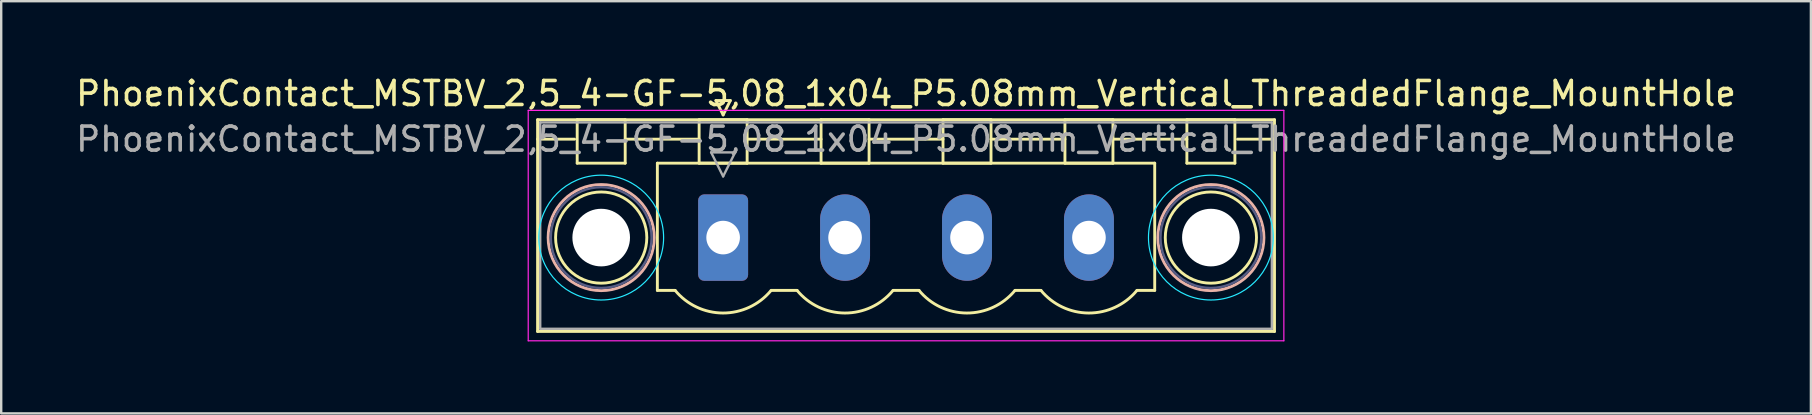
<source format=kicad_pcb>
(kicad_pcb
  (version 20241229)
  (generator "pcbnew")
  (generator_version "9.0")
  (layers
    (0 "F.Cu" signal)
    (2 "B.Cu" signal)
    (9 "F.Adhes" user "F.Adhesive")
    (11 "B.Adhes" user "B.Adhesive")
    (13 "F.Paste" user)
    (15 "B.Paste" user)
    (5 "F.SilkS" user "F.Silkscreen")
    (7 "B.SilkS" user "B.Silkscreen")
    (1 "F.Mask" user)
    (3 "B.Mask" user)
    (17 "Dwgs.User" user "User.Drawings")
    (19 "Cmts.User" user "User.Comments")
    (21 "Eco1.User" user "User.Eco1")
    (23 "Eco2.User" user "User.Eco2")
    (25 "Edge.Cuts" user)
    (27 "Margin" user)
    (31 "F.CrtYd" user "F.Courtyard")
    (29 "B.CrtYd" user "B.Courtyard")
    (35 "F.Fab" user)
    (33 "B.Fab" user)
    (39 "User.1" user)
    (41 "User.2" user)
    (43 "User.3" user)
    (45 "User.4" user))
  (footprint "PhoenixContact_MSTBV_2,5_4-GF-5,08_1x04_P5.08mm_Vertical_ThreadedFlange_MountHole"
    (layer "F.Cu")
    (at 27.076 6.848)
    (property "Reference" "PhoenixContact_MSTBV_2,5_4-GF-5,08_1x04_P5.08mm_Vertical_ThreadedFlange_MountHole" (at 7.62 -6 0) (layer "F.SilkS") (effects (font (size 1 1) (thickness 0.15))))
    (attr through_hole)
    (fp_line (start -7.73 -4.91) (end -7.73 3.91) (stroke (width 0.12) (type solid)) (layer "F.SilkS"))
    (fp_line (start -7.73 -4.1) (end -6.19 -4.1) (stroke (width 0.12) (type solid)) (layer "F.SilkS"))
    (fp_line (start -7.73 3.91) (end 22.97 3.91) (stroke (width 0.12) (type solid)) (layer "F.SilkS"))
    (fp_line (start -6.08 -4.91) (end -4.08 -4.91) (stroke (width 0.12) (type solid)) (layer "F.SilkS"))
    (fp_line (start -6.08 -3.1) (end -6.08 -4.91) (stroke (width 0.12) (type solid)) (layer "F.SilkS"))
    (fp_line (start -4.08 -4.91) (end -4.08 -3.1) (stroke (width 0.12) (type solid)) (layer "F.SilkS"))
    (fp_line (start -4.08 -4.1) (end -1 -4.1) (stroke (width 0.12) (type solid)) (layer "F.SilkS"))
    (fp_line (start -4.08 -3.1) (end -6.08 -3.1) (stroke (width 0.12) (type solid)) (layer "F.SilkS"))
    (fp_line (start -2.74 -3.1) (end 17.98 -3.1) (stroke (width 0.12) (type solid)) (layer "F.SilkS"))
    (fp_line (start -2.74 2.2) (end -2.74 -3.1) (stroke (width 0.12) (type solid)) (layer "F.SilkS"))
    (fp_line (start -2 2.2) (end -2.74 2.2) (stroke (width 0.12) (type solid)) (layer "F.SilkS"))
    (fp_line (start -1 -4.91) (end 1 -4.91) (stroke (width 0.12) (type solid)) (layer "F.SilkS"))
    (fp_line (start -1 -3.1) (end -1 -4.91) (stroke (width 0.12) (type solid)) (layer "F.SilkS"))
    (fp_line (start -0.3 -5.71) (end 0.3 -5.71) (stroke (width 0.12) (type solid)) (layer "F.SilkS"))
    (fp_line (start 0 -5.11) (end -0.3 -5.71) (stroke (width 0.12) (type solid)) (layer "F.SilkS"))
    (fp_line (start 0.3 -5.71) (end 0 -5.11) (stroke (width 0.12) (type solid)) (layer "F.SilkS"))
    (fp_line (start 1 -4.91) (end 1 -3.1) (stroke (width 0.12) (type solid)) (layer "F.SilkS"))
    (fp_line (start 1 -4.1) (end 4.08 -4.1) (stroke (width 0.12) (type solid)) (layer "F.SilkS"))
    (fp_line (start 1 -3.1) (end -1 -3.1) (stroke (width 0.12) (type solid)) (layer "F.SilkS"))
    (fp_line (start 2 2.2) (end 3.08 2.2) (stroke (width 0.12) (type solid)) (layer "F.SilkS"))
    (fp_line (start 4.08 -4.91) (end 6.08 -4.91) (stroke (width 0.12) (type solid)) (layer "F.SilkS"))
    (fp_line (start 4.08 -3.1) (end 4.08 -4.91) (stroke (width 0.12) (type solid)) (layer "F.SilkS"))
    (fp_line (start 6.08 -4.91) (end 6.08 -3.1) (stroke (width 0.12) (type solid)) (layer "F.SilkS"))
    (fp_line (start 6.08 -4.1) (end 9.16 -4.1) (stroke (width 0.12) (type solid)) (layer "F.SilkS"))
    (fp_line (start 6.08 -3.1) (end 4.08 -3.1) (stroke (width 0.12) (type solid)) (layer "F.SilkS"))
    (fp_line (start 7.08 2.2) (end 8.16 2.2) (stroke (width 0.12) (type solid)) (layer "F.SilkS"))
    (fp_line (start 9.16 -4.91) (end 11.16 -4.91) (stroke (width 0.12) (type solid)) (layer "F.SilkS"))
    (fp_line (start 9.16 -3.1) (end 9.16 -4.91) (stroke (width 0.12) (type solid)) (layer "F.SilkS"))
    (fp_line (start 11.16 -4.91) (end 11.16 -3.1) (stroke (width 0.12) (type solid)) (layer "F.SilkS"))
    (fp_line (start 11.16 -4.1) (end 14.24 -4.1) (stroke (width 0.12) (type solid)) (layer "F.SilkS"))
    (fp_line (start 11.16 -3.1) (end 9.16 -3.1) (stroke (width 0.12) (type solid)) (layer "F.SilkS"))
    (fp_line (start 12.16 2.2) (end 13.24 2.2) (stroke (width 0.12) (type solid)) (layer "F.SilkS"))
    (fp_line (start 14.24 -4.91) (end 16.24 -4.91) (stroke (width 0.12) (type solid)) (layer "F.SilkS"))
    (fp_line (start 14.24 -3.1) (end 14.24 -4.91) (stroke (width 0.12) (type solid)) (layer "F.SilkS"))
    (fp_line (start 16.24 -4.91) (end 16.24 -3.1) (stroke (width 0.12) (type solid)) (layer "F.SilkS"))
    (fp_line (start 16.24 -4.1) (end 19.32 -4.1) (stroke (width 0.12) (type solid)) (layer "F.SilkS"))
    (fp_line (start 16.24 -3.1) (end 14.24 -3.1) (stroke (width 0.12) (type solid)) (layer "F.SilkS"))
    (fp_line (start 17.98 -3.1) (end 17.98 2.2) (stroke (width 0.12) (type solid)) (layer "F.SilkS"))
    (fp_line (start 17.98 2.2) (end 17.24 2.2) (stroke (width 0.12) (type solid)) (layer "F.SilkS"))
    (fp_line (start 19.32 -4.91) (end 21.32 -4.91) (stroke (width 0.12) (type solid)) (layer "F.SilkS"))
    (fp_line (start 19.32 -3.1) (end 19.32 -4.91) (stroke (width 0.12) (type solid)) (layer "F.SilkS"))
    (fp_line (start 21.32 -4.91) (end 21.32 -3.1) (stroke (width 0.12) (type solid)) (layer "F.SilkS"))
    (fp_line (start 21.32 -3.1) (end 19.32 -3.1) (stroke (width 0.12) (type solid)) (layer "F.SilkS"))
    (fp_line (start 22.97 -4.91) (end -7.73 -4.91) (stroke (width 0.12) (type solid)) (layer "F.SilkS"))
    (fp_line (start 22.97 -4.1) (end 21.43 -4.1) (stroke (width 0.12) (type solid)) (layer "F.SilkS"))
    (fp_line (start 22.97 3.91) (end 22.97 -4.91) (stroke (width 0.12) (type solid)) (layer "F.SilkS"))
    (fp_arc (start 1.986842 2.215821) (mid -0.010289 3.142758) (end -2 2.2) (stroke (width 0.12) (type solid)) (layer "F.SilkS"))
    (fp_arc (start 7.066842 2.215821) (mid 5.069711 3.142758) (end 3.08 2.2) (stroke (width 0.12) (type solid)) (layer "F.SilkS"))
    (fp_arc (start 12.146842 2.215821) (mid 10.149711 3.142758) (end 8.16 2.2) (stroke (width 0.12) (type solid)) (layer "F.SilkS"))
    (fp_arc (start 17.226842 2.215821) (mid 15.229711 3.142758) (end 13.24 2.2) (stroke (width 0.12) (type solid)) (layer "F.SilkS"))
    (fp_circle (center -5.08 0) (end -3.18 0) (stroke (width 0.12) (type solid)) (fill no) (layer "F.SilkS"))
    (fp_circle (center 20.32 0) (end 22.22 0) (stroke (width 0.12) (type solid)) (fill no) (layer "F.SilkS"))
    (fp_circle (center -5.08 0) (end -2.87 0) (stroke (width 0.12) (type solid)) (fill no) (layer "B.SilkS"))
    (fp_circle (center 20.32 0) (end 22.53 0) (stroke (width 0.12) (type solid)) (fill no) (layer "B.SilkS"))
    (fp_circle (center -5.08 0) (end -2.48 0) (stroke (width 0.05) (type solid)) (fill no) (layer "B.CrtYd"))
    (fp_circle (center 20.32 0) (end 22.92 0) (stroke (width 0.05) (type solid)) (fill no) (layer "B.CrtYd"))
    (fp_line (start -8.12 -5.3) (end -8.12 4.3) (stroke (width 0.05) (type solid)) (layer "F.CrtYd"))
    (fp_line (start -8.12 4.3) (end 23.36 4.3) (stroke (width 0.05) (type solid)) (layer "F.CrtYd"))
    (fp_line (start 23.36 -5.3) (end -8.12 -5.3) (stroke (width 0.05) (type solid)) (layer "F.CrtYd"))
    (fp_line (start 23.36 4.3) (end 23.36 -5.3) (stroke (width 0.05) (type solid)) (layer "F.CrtYd"))
    (fp_circle (center -5.08 0) (end -2.98 0) (stroke (width 0.1) (type solid)) (fill no) (layer "B.Fab"))
    (fp_circle (center 20.32 0) (end 22.42 0) (stroke (width 0.1) (type solid)) (fill no) (layer "B.Fab"))
    (fp_line (start -7.62 -4.8) (end -7.62 3.8) (stroke (width 0.1) (type solid)) (layer "F.Fab"))
    (fp_line (start -7.62 3.8) (end 22.86 3.8) (stroke (width 0.1) (type solid)) (layer "F.Fab"))
    (fp_line (start -0.5 -3.55) (end 0.5 -3.55) (stroke (width 0.1) (type solid)) (layer "F.Fab"))
    (fp_line (start 0 -2.55) (end -0.5 -3.55) (stroke (width 0.1) (type solid)) (layer "F.Fab"))
    (fp_line (start 0.5 -3.55) (end 0 -2.55) (stroke (width 0.1) (type solid)) (layer "F.Fab"))
    (fp_line (start 22.86 -4.8) (end -7.62 -4.8) (stroke (width 0.1) (type solid)) (layer "F.Fab"))
    (fp_line (start 22.86 3.8) (end 22.86 -4.8) (stroke (width 0.1) (type solid)) (layer "F.Fab"))
    (fp_text user "${REFERENCE}" (at 7.62 -4.1 0) (layer "F.Fab") (effects (font (size 1 1) (thickness 0.15))))
    (pad "" np_thru_hole circle (at -5.08 0) (size 2.4 2.4) (drill 2.4) (layers "*.Cu" "*.Mask"))
    (pad "" np_thru_hole circle (at 20.32 0) (size 2.4 2.4) (drill 2.4) (layers "*.Cu" "*.Mask"))
    (pad "1" thru_hole roundrect (at 0 0) (size 2.08 3.6) (drill 1.4) (layers "*.Cu" "*.Mask") (roundrect_rratio 0.12))
    (pad "2" thru_hole oval (at 5.08 0) (size 2.08 3.6) (drill 1.4) (layers "*.Cu" "*.Mask"))
    (pad "3" thru_hole oval (at 10.16 0) (size 2.08 3.6) (drill 1.4) (layers "*.Cu" "*.Mask"))
    (pad "4" thru_hole oval (at 15.24 0) (size 2.08 3.6) (drill 1.4) (layers "*.Cu" "*.Mask")))
  (gr_rect
    (start -3 -3)
    (end 72.393 14.173)
    (stroke (width 0.1) (type default))
    (fill no)
    (layer "Edge.Cuts")))
</source>
